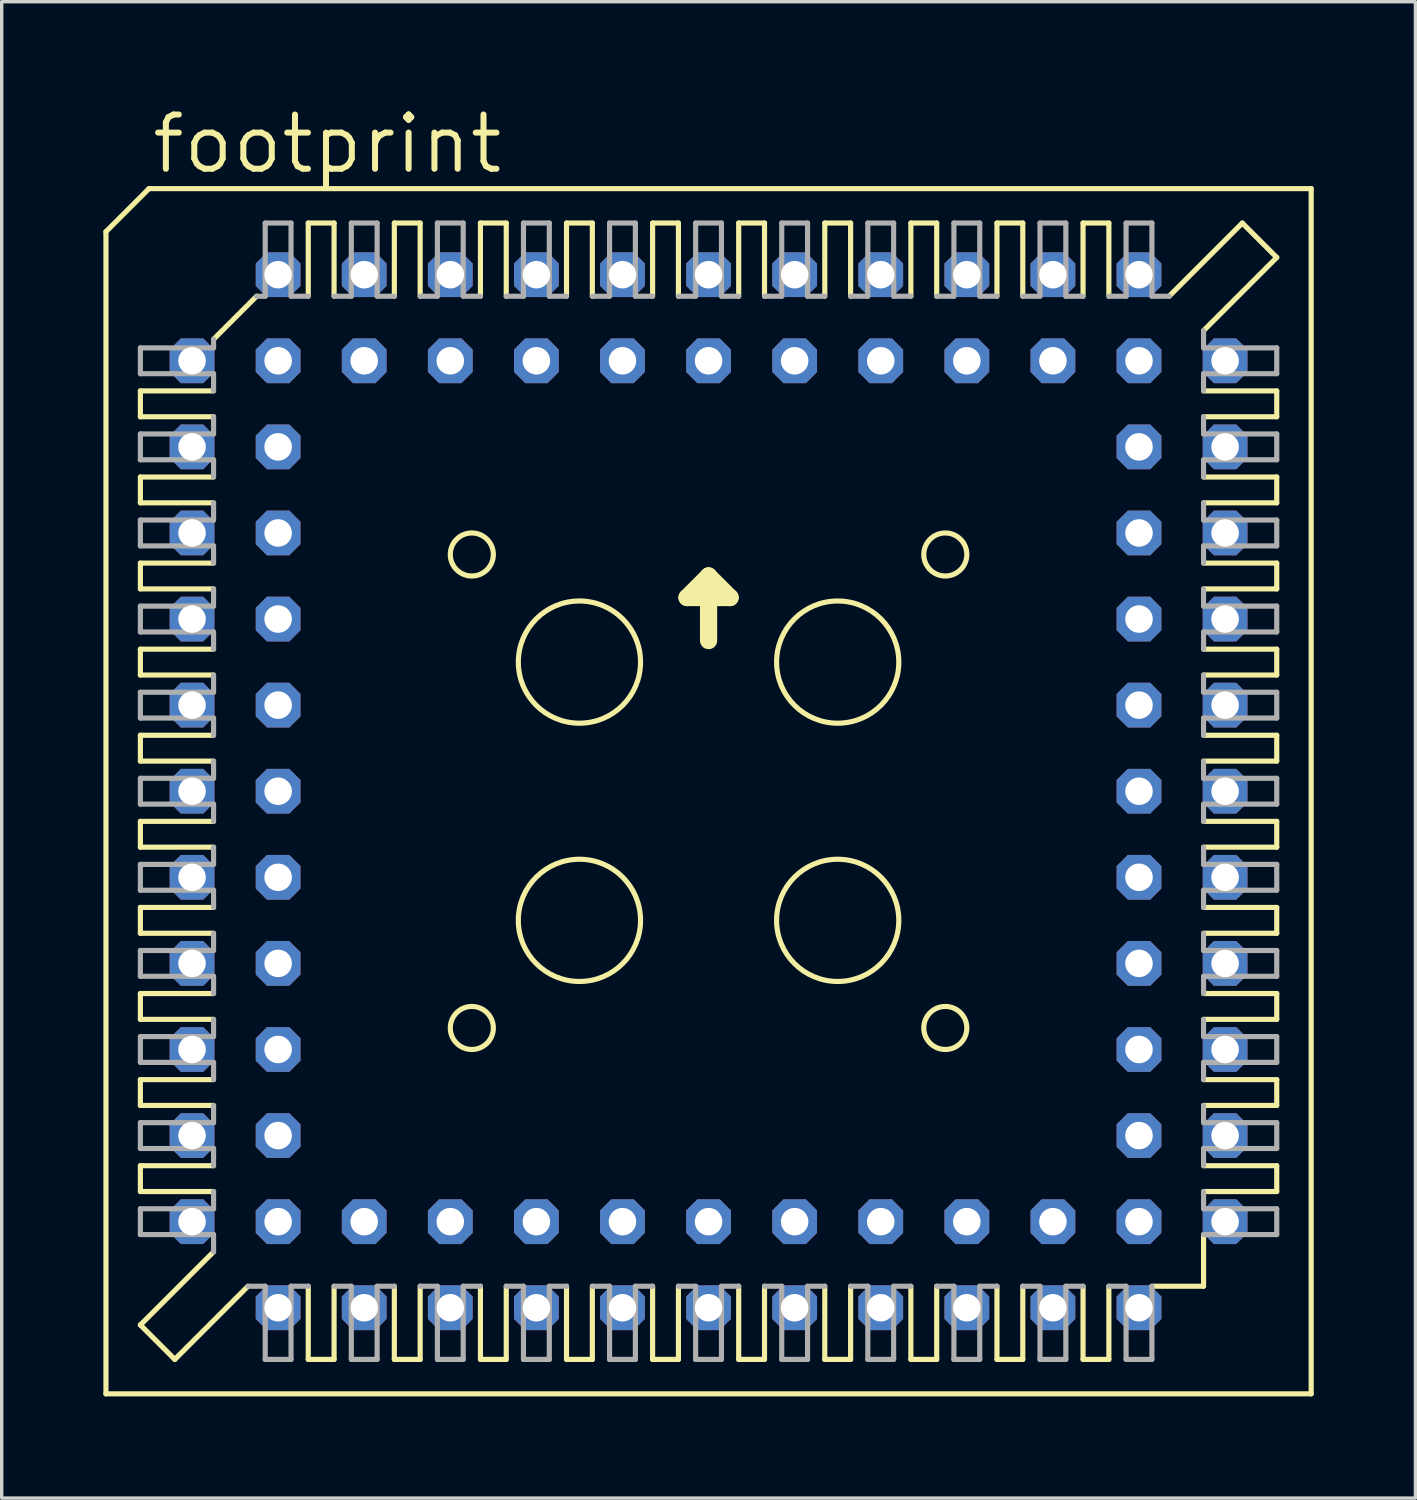
<source format=kicad_pcb>
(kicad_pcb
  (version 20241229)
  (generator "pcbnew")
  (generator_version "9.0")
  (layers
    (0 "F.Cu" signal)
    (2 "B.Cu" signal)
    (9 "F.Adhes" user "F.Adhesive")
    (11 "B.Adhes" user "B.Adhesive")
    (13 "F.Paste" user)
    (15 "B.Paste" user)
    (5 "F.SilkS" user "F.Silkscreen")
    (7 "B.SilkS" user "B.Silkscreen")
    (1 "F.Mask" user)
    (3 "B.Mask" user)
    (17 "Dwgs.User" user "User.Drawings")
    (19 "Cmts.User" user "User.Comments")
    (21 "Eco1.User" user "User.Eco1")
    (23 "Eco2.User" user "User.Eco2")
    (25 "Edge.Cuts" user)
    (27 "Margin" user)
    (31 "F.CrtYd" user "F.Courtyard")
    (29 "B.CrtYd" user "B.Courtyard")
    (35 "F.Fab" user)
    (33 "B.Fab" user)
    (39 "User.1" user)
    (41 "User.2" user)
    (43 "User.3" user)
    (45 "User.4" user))
  (footprint "footprint"
    (layer "F.Cu")
    (at 17.856 20.295)
    (property "Reference" "footprint" (at -16.51 -18.161 0) (layer "F.SilkS") (effects (font (size 1.6 1.6) (thickness 0.178)) (justify left bottom)))
    (fp_line (start -17.78 -16.51) (end -17.78 17.78) (stroke (width 0.152) (type solid)) (layer "F.SilkS"))
    (fp_line (start -16.764 -11.811) (end -16.764 -11.049) (stroke (width 0.152) (type solid)) (layer "F.SilkS"))
    (fp_line (start -16.764 -11.811) (end -14.605 -11.811) (stroke (width 0.152) (type solid)) (layer "F.SilkS"))
    (fp_line (start -16.764 -9.271) (end -16.764 -8.509) (stroke (width 0.152) (type solid)) (layer "F.SilkS"))
    (fp_line (start -16.764 -9.271) (end -14.605 -9.271) (stroke (width 0.152) (type solid)) (layer "F.SilkS"))
    (fp_line (start -16.764 -6.731) (end -16.764 -5.969) (stroke (width 0.152) (type solid)) (layer "F.SilkS"))
    (fp_line (start -16.764 -6.731) (end -14.605 -6.731) (stroke (width 0.152) (type solid)) (layer "F.SilkS"))
    (fp_line (start -16.764 -4.191) (end -16.764 -3.429) (stroke (width 0.152) (type solid)) (layer "F.SilkS"))
    (fp_line (start -16.764 -4.191) (end -14.605 -4.191) (stroke (width 0.152) (type solid)) (layer "F.SilkS"))
    (fp_line (start -16.764 -0.889) (end -16.764 -1.651) (stroke (width 0.152) (type solid)) (layer "F.SilkS"))
    (fp_line (start -16.764 -0.889) (end -14.605 -0.889) (stroke (width 0.152) (type solid)) (layer "F.SilkS"))
    (fp_line (start -16.764 1.651) (end -16.764 0.889) (stroke (width 0.152) (type solid)) (layer "F.SilkS"))
    (fp_line (start -16.764 1.651) (end -14.605 1.651) (stroke (width 0.152) (type solid)) (layer "F.SilkS"))
    (fp_line (start -16.764 4.191) (end -16.764 3.429) (stroke (width 0.152) (type solid)) (layer "F.SilkS"))
    (fp_line (start -16.764 4.191) (end -14.605 4.191) (stroke (width 0.152) (type solid)) (layer "F.SilkS"))
    (fp_line (start -16.764 5.969) (end -16.764 6.731) (stroke (width 0.152) (type solid)) (layer "F.SilkS"))
    (fp_line (start -16.764 5.969) (end -14.605 5.969) (stroke (width 0.152) (type solid)) (layer "F.SilkS"))
    (fp_line (start -16.764 8.509) (end -16.764 9.271) (stroke (width 0.152) (type solid)) (layer "F.SilkS"))
    (fp_line (start -16.764 8.509) (end -14.605 8.509) (stroke (width 0.152) (type solid)) (layer "F.SilkS"))
    (fp_line (start -16.764 11.811) (end -16.764 11.049) (stroke (width 0.152) (type solid)) (layer "F.SilkS"))
    (fp_line (start -16.764 11.811) (end -14.605 11.811) (stroke (width 0.152) (type solid)) (layer "F.SilkS"))
    (fp_line (start -16.764 15.748) (end -14.605 13.589) (stroke (width 0.152) (type solid)) (layer "F.SilkS"))
    (fp_line (start -16.51 -17.78) (end -17.78 -16.51) (stroke (width 0.152) (type solid)) (layer "F.SilkS"))
    (fp_line (start -15.748 16.764) (end -16.764 15.748) (stroke (width 0.152) (type solid)) (layer "F.SilkS"))
    (fp_line (start -15.748 16.764) (end -13.589 14.605) (stroke (width 0.152) (type solid)) (layer "F.SilkS"))
    (fp_line (start -14.605 -13.335) (end -13.335 -14.605) (stroke (width 0.152) (type solid)) (layer "F.SilkS"))
    (fp_line (start -14.605 -11.049) (end -16.764 -11.049) (stroke (width 0.152) (type solid)) (layer "F.SilkS"))
    (fp_line (start -14.605 -8.509) (end -16.764 -8.509) (stroke (width 0.152) (type solid)) (layer "F.SilkS"))
    (fp_line (start -14.605 -5.969) (end -16.764 -5.969) (stroke (width 0.152) (type solid)) (layer "F.SilkS"))
    (fp_line (start -14.605 -3.429) (end -16.764 -3.429) (stroke (width 0.152) (type solid)) (layer "F.SilkS"))
    (fp_line (start -14.605 -1.651) (end -16.764 -1.651) (stroke (width 0.152) (type solid)) (layer "F.SilkS"))
    (fp_line (start -14.605 0.889) (end -16.764 0.889) (stroke (width 0.152) (type solid)) (layer "F.SilkS"))
    (fp_line (start -14.605 3.429) (end -16.764 3.429) (stroke (width 0.152) (type solid)) (layer "F.SilkS"))
    (fp_line (start -14.605 6.731) (end -16.764 6.731) (stroke (width 0.152) (type solid)) (layer "F.SilkS"))
    (fp_line (start -14.605 9.271) (end -16.764 9.271) (stroke (width 0.152) (type solid)) (layer "F.SilkS"))
    (fp_line (start -14.605 11.049) (end -16.764 11.049) (stroke (width 0.152) (type solid)) (layer "F.SilkS"))
    (fp_line (start -11.811 -16.764) (end -11.811 -14.605) (stroke (width 0.152) (type solid)) (layer "F.SilkS"))
    (fp_line (start -11.811 -16.764) (end -11.049 -16.764) (stroke (width 0.152) (type solid)) (layer "F.SilkS"))
    (fp_line (start -11.811 16.764) (end -11.811 14.605) (stroke (width 0.152) (type solid)) (layer "F.SilkS"))
    (fp_line (start -11.811 16.764) (end -11.049 16.764) (stroke (width 0.152) (type solid)) (layer "F.SilkS"))
    (fp_line (start -11.049 -14.605) (end -11.049 -16.764) (stroke (width 0.152) (type solid)) (layer "F.SilkS"))
    (fp_line (start -11.049 14.605) (end -11.049 16.764) (stroke (width 0.152) (type solid)) (layer "F.SilkS"))
    (fp_line (start -9.271 -14.605) (end -9.271 -16.764) (stroke (width 0.152) (type solid)) (layer "F.SilkS"))
    (fp_line (start -9.271 16.764) (end -9.271 14.605) (stroke (width 0.152) (type solid)) (layer "F.SilkS"))
    (fp_line (start -9.271 16.764) (end -8.509 16.764) (stroke (width 0.152) (type solid)) (layer "F.SilkS"))
    (fp_line (start -8.509 -16.764) (end -9.271 -16.764) (stroke (width 0.152) (type solid)) (layer "F.SilkS"))
    (fp_line (start -8.509 -16.764) (end -8.509 -14.605) (stroke (width 0.152) (type solid)) (layer "F.SilkS"))
    (fp_line (start -8.509 14.605) (end -8.509 16.764) (stroke (width 0.152) (type solid)) (layer "F.SilkS"))
    (fp_line (start -6.731 -14.605) (end -6.731 -16.764) (stroke (width 0.152) (type solid)) (layer "F.SilkS"))
    (fp_line (start -6.731 16.764) (end -6.731 14.605) (stroke (width 0.152) (type solid)) (layer "F.SilkS"))
    (fp_line (start -6.731 16.764) (end -5.969 16.764) (stroke (width 0.152) (type solid)) (layer "F.SilkS"))
    (fp_line (start -5.969 -16.764) (end -6.731 -16.764) (stroke (width 0.152) (type solid)) (layer "F.SilkS"))
    (fp_line (start -5.969 -16.764) (end -5.969 -14.605) (stroke (width 0.152) (type solid)) (layer "F.SilkS"))
    (fp_line (start -5.969 14.605) (end -5.969 16.764) (stroke (width 0.152) (type solid)) (layer "F.SilkS"))
    (fp_line (start -4.191 -14.605) (end -4.191 -16.764) (stroke (width 0.152) (type solid)) (layer "F.SilkS"))
    (fp_line (start -4.191 16.764) (end -4.191 14.605) (stroke (width 0.152) (type solid)) (layer "F.SilkS"))
    (fp_line (start -4.191 16.764) (end -3.429 16.764) (stroke (width 0.152) (type solid)) (layer "F.SilkS"))
    (fp_line (start -3.429 -16.764) (end -4.191 -16.764) (stroke (width 0.152) (type solid)) (layer "F.SilkS"))
    (fp_line (start -3.429 -16.764) (end -3.429 -14.605) (stroke (width 0.152) (type solid)) (layer "F.SilkS"))
    (fp_line (start -3.429 14.605) (end -3.429 16.764) (stroke (width 0.152) (type solid)) (layer "F.SilkS"))
    (fp_line (start -1.651 -14.605) (end -1.651 -16.764) (stroke (width 0.152) (type solid)) (layer "F.SilkS"))
    (fp_line (start -1.651 16.764) (end -1.651 14.605) (stroke (width 0.152) (type solid)) (layer "F.SilkS"))
    (fp_line (start -1.651 16.764) (end -0.889 16.764) (stroke (width 0.152) (type solid)) (layer "F.SilkS"))
    (fp_line (start -0.889 -16.764) (end -1.651 -16.764) (stroke (width 0.152) (type solid)) (layer "F.SilkS"))
    (fp_line (start -0.889 -16.764) (end -0.889 -14.605) (stroke (width 0.152) (type solid)) (layer "F.SilkS"))
    (fp_line (start -0.889 14.605) (end -0.889 16.764) (stroke (width 0.152) (type solid)) (layer "F.SilkS"))
    (fp_line (start -0.635 -5.715) (end 0 -6.35) (stroke (width 0.508) (type solid)) (layer "F.SilkS"))
    (fp_line (start 0 -6.35) (end 0 -4.445) (stroke (width 0.508) (type solid)) (layer "F.SilkS"))
    (fp_line (start 0 -6.35) (end 0.635 -5.715) (stroke (width 0.508) (type solid)) (layer "F.SilkS"))
    (fp_line (start 0.635 -5.715) (end -0.635 -5.715) (stroke (width 0.508) (type solid)) (layer "F.SilkS"))
    (fp_line (start 0.889 -14.605) (end 0.889 -16.764) (stroke (width 0.152) (type solid)) (layer "F.SilkS"))
    (fp_line (start 0.889 16.764) (end 0.889 14.605) (stroke (width 0.152) (type solid)) (layer "F.SilkS"))
    (fp_line (start 0.889 16.764) (end 1.651 16.764) (stroke (width 0.152) (type solid)) (layer "F.SilkS"))
    (fp_line (start 1.651 -16.764) (end 0.889 -16.764) (stroke (width 0.152) (type solid)) (layer "F.SilkS"))
    (fp_line (start 1.651 -16.764) (end 1.651 -14.605) (stroke (width 0.152) (type solid)) (layer "F.SilkS"))
    (fp_line (start 1.651 14.605) (end 1.651 16.764) (stroke (width 0.152) (type solid)) (layer "F.SilkS"))
    (fp_line (start 3.429 -14.605) (end 3.429 -16.764) (stroke (width 0.152) (type solid)) (layer "F.SilkS"))
    (fp_line (start 3.429 16.764) (end 3.429 14.605) (stroke (width 0.152) (type solid)) (layer "F.SilkS"))
    (fp_line (start 3.429 16.764) (end 4.191 16.764) (stroke (width 0.152) (type solid)) (layer "F.SilkS"))
    (fp_line (start 4.191 -16.764) (end 3.429 -16.764) (stroke (width 0.152) (type solid)) (layer "F.SilkS"))
    (fp_line (start 4.191 -16.764) (end 4.191 -14.605) (stroke (width 0.152) (type solid)) (layer "F.SilkS"))
    (fp_line (start 4.191 14.605) (end 4.191 16.764) (stroke (width 0.152) (type solid)) (layer "F.SilkS"))
    (fp_line (start 5.969 -14.605) (end 5.969 -16.764) (stroke (width 0.152) (type solid)) (layer "F.SilkS"))
    (fp_line (start 5.969 16.764) (end 5.969 14.605) (stroke (width 0.152) (type solid)) (layer "F.SilkS"))
    (fp_line (start 5.969 16.764) (end 6.731 16.764) (stroke (width 0.152) (type solid)) (layer "F.SilkS"))
    (fp_line (start 6.731 -16.764) (end 5.969 -16.764) (stroke (width 0.152) (type solid)) (layer "F.SilkS"))
    (fp_line (start 6.731 -16.764) (end 6.731 -14.605) (stroke (width 0.152) (type solid)) (layer "F.SilkS"))
    (fp_line (start 6.731 14.605) (end 6.731 16.764) (stroke (width 0.152) (type solid)) (layer "F.SilkS"))
    (fp_line (start 8.509 -14.605) (end 8.509 -16.764) (stroke (width 0.152) (type solid)) (layer "F.SilkS"))
    (fp_line (start 8.509 16.764) (end 8.509 14.605) (stroke (width 0.152) (type solid)) (layer "F.SilkS"))
    (fp_line (start 8.509 16.764) (end 9.271 16.764) (stroke (width 0.152) (type solid)) (layer "F.SilkS"))
    (fp_line (start 9.271 -16.764) (end 8.509 -16.764) (stroke (width 0.152) (type solid)) (layer "F.SilkS"))
    (fp_line (start 9.271 -16.764) (end 9.271 -14.605) (stroke (width 0.152) (type solid)) (layer "F.SilkS"))
    (fp_line (start 9.271 14.605) (end 9.271 16.764) (stroke (width 0.152) (type solid)) (layer "F.SilkS"))
    (fp_line (start 11.049 -14.605) (end 11.049 -16.764) (stroke (width 0.152) (type solid)) (layer "F.SilkS"))
    (fp_line (start 11.049 14.605) (end 11.049 16.764) (stroke (width 0.152) (type solid)) (layer "F.SilkS"))
    (fp_line (start 11.811 -16.764) (end 11.049 -16.764) (stroke (width 0.152) (type solid)) (layer "F.SilkS"))
    (fp_line (start 11.811 -16.764) (end 11.811 -14.605) (stroke (width 0.152) (type solid)) (layer "F.SilkS"))
    (fp_line (start 11.811 16.764) (end 11.049 16.764) (stroke (width 0.152) (type solid)) (layer "F.SilkS"))
    (fp_line (start 11.811 16.764) (end 11.811 14.605) (stroke (width 0.152) (type solid)) (layer "F.SilkS"))
    (fp_line (start 13.081 14.605) (end 14.605 14.605) (stroke (width 0.152) (type solid)) (layer "F.SilkS"))
    (fp_line (start 14.605 -11.049) (end 16.764 -11.049) (stroke (width 0.152) (type solid)) (layer "F.SilkS"))
    (fp_line (start 14.605 -9.271) (end 16.764 -9.271) (stroke (width 0.152) (type solid)) (layer "F.SilkS"))
    (fp_line (start 14.605 -6.731) (end 16.764 -6.731) (stroke (width 0.152) (type solid)) (layer "F.SilkS"))
    (fp_line (start 14.605 -3.429) (end 16.764 -3.429) (stroke (width 0.152) (type solid)) (layer "F.SilkS"))
    (fp_line (start 14.605 -0.889) (end 16.764 -0.889) (stroke (width 0.152) (type solid)) (layer "F.SilkS"))
    (fp_line (start 14.605 1.651) (end 16.764 1.651) (stroke (width 0.152) (type solid)) (layer "F.SilkS"))
    (fp_line (start 14.605 3.429) (end 16.764 3.429) (stroke (width 0.152) (type solid)) (layer "F.SilkS"))
    (fp_line (start 14.605 5.969) (end 16.764 5.969) (stroke (width 0.152) (type solid)) (layer "F.SilkS"))
    (fp_line (start 14.605 8.509) (end 16.764 8.509) (stroke (width 0.152) (type solid)) (layer "F.SilkS"))
    (fp_line (start 14.605 11.049) (end 16.764 11.049) (stroke (width 0.152) (type solid)) (layer "F.SilkS"))
    (fp_line (start 14.605 14.605) (end 14.605 13.081) (stroke (width 0.152) (type solid)) (layer "F.SilkS"))
    (fp_line (start 15.748 -16.764) (end 13.589 -14.605) (stroke (width 0.152) (type solid)) (layer "F.SilkS"))
    (fp_line (start 16.764 -15.748) (end 14.605 -13.589) (stroke (width 0.152) (type solid)) (layer "F.SilkS"))
    (fp_line (start 16.764 -15.748) (end 15.748 -16.764) (stroke (width 0.152) (type solid)) (layer "F.SilkS"))
    (fp_line (start 16.764 -11.811) (end 14.605 -11.811) (stroke (width 0.152) (type solid)) (layer "F.SilkS"))
    (fp_line (start 16.764 -11.811) (end 16.764 -11.049) (stroke (width 0.152) (type solid)) (layer "F.SilkS"))
    (fp_line (start 16.764 -8.509) (end 14.605 -8.509) (stroke (width 0.152) (type solid)) (layer "F.SilkS"))
    (fp_line (start 16.764 -8.509) (end 16.764 -9.271) (stroke (width 0.152) (type solid)) (layer "F.SilkS"))
    (fp_line (start 16.764 -5.969) (end 14.605 -5.969) (stroke (width 0.152) (type solid)) (layer "F.SilkS"))
    (fp_line (start 16.764 -5.969) (end 16.764 -6.731) (stroke (width 0.152) (type solid)) (layer "F.SilkS"))
    (fp_line (start 16.764 -4.191) (end 14.605 -4.191) (stroke (width 0.152) (type solid)) (layer "F.SilkS"))
    (fp_line (start 16.764 -4.191) (end 16.764 -3.429) (stroke (width 0.152) (type solid)) (layer "F.SilkS"))
    (fp_line (start 16.764 -1.651) (end 14.605 -1.651) (stroke (width 0.152) (type solid)) (layer "F.SilkS"))
    (fp_line (start 16.764 -1.651) (end 16.764 -0.889) (stroke (width 0.152) (type solid)) (layer "F.SilkS"))
    (fp_line (start 16.764 0.889) (end 14.605 0.889) (stroke (width 0.152) (type solid)) (layer "F.SilkS"))
    (fp_line (start 16.764 0.889) (end 16.764 1.651) (stroke (width 0.152) (type solid)) (layer "F.SilkS"))
    (fp_line (start 16.764 4.191) (end 14.605 4.191) (stroke (width 0.152) (type solid)) (layer "F.SilkS"))
    (fp_line (start 16.764 4.191) (end 16.764 3.429) (stroke (width 0.152) (type solid)) (layer "F.SilkS"))
    (fp_line (start 16.764 6.731) (end 14.605 6.731) (stroke (width 0.152) (type solid)) (layer "F.SilkS"))
    (fp_line (start 16.764 6.731) (end 16.764 5.969) (stroke (width 0.152) (type solid)) (layer "F.SilkS"))
    (fp_line (start 16.764 9.271) (end 14.605 9.271) (stroke (width 0.152) (type solid)) (layer "F.SilkS"))
    (fp_line (start 16.764 9.271) (end 16.764 8.509) (stroke (width 0.152) (type solid)) (layer "F.SilkS"))
    (fp_line (start 16.764 11.811) (end 14.605 11.811) (stroke (width 0.152) (type solid)) (layer "F.SilkS"))
    (fp_line (start 16.764 11.811) (end 16.764 11.049) (stroke (width 0.152) (type solid)) (layer "F.SilkS"))
    (fp_line (start 17.78 -17.78) (end -16.51 -17.78) (stroke (width 0.152) (type solid)) (layer "F.SilkS"))
    (fp_line (start 17.78 17.78) (end -17.78 17.78) (stroke (width 0.152) (type solid)) (layer "F.SilkS"))
    (fp_line (start 17.78 17.78) (end 17.78 -17.78) (stroke (width 0.152) (type solid)) (layer "F.SilkS"))
    (fp_circle (center -6.985 -6.985) (end -6.35 -6.985) (stroke (width 0.152) (type solid)) (fill no) (layer "F.SilkS"))
    (fp_circle (center -6.985 6.985) (end -6.35 6.985) (stroke (width 0.152) (type solid)) (fill no) (layer "F.SilkS"))
    (fp_circle (center -3.81 -3.81) (end -2.007 -3.81) (stroke (width 0.152) (type solid)) (fill no) (layer "F.SilkS"))
    (fp_circle (center -3.81 3.81) (end -2.007 3.81) (stroke (width 0.152) (type solid)) (fill no) (layer "F.SilkS"))
    (fp_circle (center 3.81 -3.81) (end 5.613 -3.81) (stroke (width 0.152) (type solid)) (fill no) (layer "F.SilkS"))
    (fp_circle (center 3.81 3.81) (end 5.613 3.81) (stroke (width 0.152) (type solid)) (fill no) (layer "F.SilkS"))
    (fp_circle (center 6.985 -6.985) (end 7.62 -6.985) (stroke (width 0.152) (type solid)) (fill no) (layer "F.SilkS"))
    (fp_circle (center 6.985 6.985) (end 7.62 6.985) (stroke (width 0.152) (type solid)) (fill no) (layer "F.SilkS"))
    (fp_line (start -16.764 -13.081) (end -16.764 -12.319) (stroke (width 0.152) (type solid)) (layer "F.Fab"))
    (fp_line (start -16.764 -13.081) (end -14.605 -13.081) (stroke (width 0.152) (type solid)) (layer "F.Fab"))
    (fp_line (start -16.764 -10.541) (end -16.764 -9.779) (stroke (width 0.152) (type solid)) (layer "F.Fab"))
    (fp_line (start -16.764 -10.541) (end -14.605 -10.541) (stroke (width 0.152) (type solid)) (layer "F.Fab"))
    (fp_line (start -16.764 -7.239) (end -16.764 -8.001) (stroke (width 0.152) (type solid)) (layer "F.Fab"))
    (fp_line (start -16.764 -7.239) (end -14.605 -7.239) (stroke (width 0.152) (type solid)) (layer "F.Fab"))
    (fp_line (start -16.764 -5.461) (end -16.764 -4.699) (stroke (width 0.152) (type solid)) (layer "F.Fab"))
    (fp_line (start -16.764 -5.461) (end -14.605 -5.461) (stroke (width 0.152) (type solid)) (layer "F.Fab"))
    (fp_line (start -16.764 -2.921) (end -16.764 -2.159) (stroke (width 0.152) (type solid)) (layer "F.Fab"))
    (fp_line (start -16.764 -2.921) (end -14.605 -2.921) (stroke (width 0.152) (type solid)) (layer "F.Fab"))
    (fp_line (start -16.764 0.381) (end -16.764 -0.381) (stroke (width 0.152) (type solid)) (layer "F.Fab"))
    (fp_line (start -16.764 0.381) (end -14.605 0.381) (stroke (width 0.152) (type solid)) (layer "F.Fab"))
    (fp_line (start -16.764 2.921) (end -16.764 2.159) (stroke (width 0.152) (type solid)) (layer "F.Fab"))
    (fp_line (start -16.764 2.921) (end -14.605 2.921) (stroke (width 0.152) (type solid)) (layer "F.Fab"))
    (fp_line (start -16.764 5.461) (end -16.764 4.699) (stroke (width 0.152) (type solid)) (layer "F.Fab"))
    (fp_line (start -16.764 5.461) (end -14.605 5.461) (stroke (width 0.152) (type solid)) (layer "F.Fab"))
    (fp_line (start -16.764 7.239) (end -16.764 8.001) (stroke (width 0.152) (type solid)) (layer "F.Fab"))
    (fp_line (start -16.764 7.239) (end -14.605 7.239) (stroke (width 0.152) (type solid)) (layer "F.Fab"))
    (fp_line (start -16.764 9.779) (end -16.764 10.541) (stroke (width 0.152) (type solid)) (layer "F.Fab"))
    (fp_line (start -16.764 9.779) (end -14.605 9.779) (stroke (width 0.152) (type solid)) (layer "F.Fab"))
    (fp_line (start -16.764 13.081) (end -16.764 12.319) (stroke (width 0.152) (type solid)) (layer "F.Fab"))
    (fp_line (start -16.764 13.081) (end -14.605 13.081) (stroke (width 0.152) (type solid)) (layer "F.Fab"))
    (fp_line (start -14.605 -13.081) (end -14.605 -13.335) (stroke (width 0.152) (type solid)) (layer "F.Fab"))
    (fp_line (start -14.605 -12.319) (end -16.764 -12.319) (stroke (width 0.152) (type solid)) (layer "F.Fab"))
    (fp_line (start -14.605 -12.319) (end -14.605 -11.811) (stroke (width 0.152) (type solid)) (layer "F.Fab"))
    (fp_line (start -14.605 -11.049) (end -14.605 -10.541) (stroke (width 0.152) (type solid)) (layer "F.Fab"))
    (fp_line (start -14.605 -9.779) (end -16.764 -9.779) (stroke (width 0.152) (type solid)) (layer "F.Fab"))
    (fp_line (start -14.605 -9.779) (end -14.605 -9.271) (stroke (width 0.152) (type solid)) (layer "F.Fab"))
    (fp_line (start -14.605 -8.001) (end -16.764 -8.001) (stroke (width 0.152) (type solid)) (layer "F.Fab"))
    (fp_line (start -14.605 -8.001) (end -14.605 -8.509) (stroke (width 0.152) (type solid)) (layer "F.Fab"))
    (fp_line (start -14.605 -6.731) (end -14.605 -7.239) (stroke (width 0.152) (type solid)) (layer "F.Fab"))
    (fp_line (start -14.605 -5.969) (end -14.605 -5.461) (stroke (width 0.152) (type solid)) (layer "F.Fab"))
    (fp_line (start -14.605 -4.699) (end -16.764 -4.699) (stroke (width 0.152) (type solid)) (layer "F.Fab"))
    (fp_line (start -14.605 -4.699) (end -14.605 -4.191) (stroke (width 0.152) (type solid)) (layer "F.Fab"))
    (fp_line (start -14.605 -3.429) (end -14.605 -2.921) (stroke (width 0.152) (type solid)) (layer "F.Fab"))
    (fp_line (start -14.605 -2.159) (end -16.764 -2.159) (stroke (width 0.152) (type solid)) (layer "F.Fab"))
    (fp_line (start -14.605 -2.159) (end -14.605 -1.651) (stroke (width 0.152) (type solid)) (layer "F.Fab"))
    (fp_line (start -14.605 -0.381) (end -16.764 -0.381) (stroke (width 0.152) (type solid)) (layer "F.Fab"))
    (fp_line (start -14.605 -0.381) (end -14.605 -0.889) (stroke (width 0.152) (type solid)) (layer "F.Fab"))
    (fp_line (start -14.605 0.889) (end -14.605 0.381) (stroke (width 0.152) (type solid)) (layer "F.Fab"))
    (fp_line (start -14.605 2.159) (end -16.764 2.159) (stroke (width 0.152) (type solid)) (layer "F.Fab"))
    (fp_line (start -14.605 2.159) (end -14.605 1.651) (stroke (width 0.152) (type solid)) (layer "F.Fab"))
    (fp_line (start -14.605 3.429) (end -14.605 2.921) (stroke (width 0.152) (type solid)) (layer "F.Fab"))
    (fp_line (start -14.605 4.699) (end -16.764 4.699) (stroke (width 0.152) (type solid)) (layer "F.Fab"))
    (fp_line (start -14.605 4.699) (end -14.605 4.191) (stroke (width 0.152) (type solid)) (layer "F.Fab"))
    (fp_line (start -14.605 5.461) (end -14.605 5.969) (stroke (width 0.152) (type solid)) (layer "F.Fab"))
    (fp_line (start -14.605 6.731) (end -14.605 7.239) (stroke (width 0.152) (type solid)) (layer "F.Fab"))
    (fp_line (start -14.605 8.001) (end -16.764 8.001) (stroke (width 0.152) (type solid)) (layer "F.Fab"))
    (fp_line (start -14.605 8.001) (end -14.605 8.509) (stroke (width 0.152) (type solid)) (layer "F.Fab"))
    (fp_line (start -14.605 9.271) (end -14.605 9.779) (stroke (width 0.152) (type solid)) (layer "F.Fab"))
    (fp_line (start -14.605 10.541) (end -16.764 10.541) (stroke (width 0.152) (type solid)) (layer "F.Fab"))
    (fp_line (start -14.605 11.049) (end -14.605 10.541) (stroke (width 0.152) (type solid)) (layer "F.Fab"))
    (fp_line (start -14.605 12.319) (end -16.764 12.319) (stroke (width 0.152) (type solid)) (layer "F.Fab"))
    (fp_line (start -14.605 12.319) (end -14.605 11.811) (stroke (width 0.152) (type solid)) (layer "F.Fab"))
    (fp_line (start -14.605 13.589) (end -14.605 13.081) (stroke (width 0.152) (type solid)) (layer "F.Fab"))
    (fp_line (start -13.589 14.605) (end -13.081 14.605) (stroke (width 0.152) (type solid)) (layer "F.Fab"))
    (fp_line (start -13.335 -14.605) (end -13.081 -14.605) (stroke (width 0.152) (type solid)) (layer "F.Fab"))
    (fp_line (start -13.081 -14.605) (end -13.081 -16.764) (stroke (width 0.152) (type solid)) (layer "F.Fab"))
    (fp_line (start -13.081 16.764) (end -13.081 14.605) (stroke (width 0.152) (type solid)) (layer "F.Fab"))
    (fp_line (start -13.081 16.764) (end -12.319 16.764) (stroke (width 0.152) (type solid)) (layer "F.Fab"))
    (fp_line (start -12.319 -16.764) (end -13.081 -16.764) (stroke (width 0.152) (type solid)) (layer "F.Fab"))
    (fp_line (start -12.319 -16.764) (end -12.319 -14.605) (stroke (width 0.152) (type solid)) (layer "F.Fab"))
    (fp_line (start -12.319 -14.605) (end -11.811 -14.605) (stroke (width 0.152) (type solid)) (layer "F.Fab"))
    (fp_line (start -12.319 14.605) (end -12.319 16.764) (stroke (width 0.152) (type solid)) (layer "F.Fab"))
    (fp_line (start -12.319 14.605) (end -11.811 14.605) (stroke (width 0.152) (type solid)) (layer "F.Fab"))
    (fp_line (start -11.049 -14.605) (end -10.541 -14.605) (stroke (width 0.152) (type solid)) (layer "F.Fab"))
    (fp_line (start -11.049 14.605) (end -10.541 14.605) (stroke (width 0.152) (type solid)) (layer "F.Fab"))
    (fp_line (start -10.541 -14.605) (end -10.541 -16.764) (stroke (width 0.152) (type solid)) (layer "F.Fab"))
    (fp_line (start -10.541 16.764) (end -10.541 14.605) (stroke (width 0.152) (type solid)) (layer "F.Fab"))
    (fp_line (start -10.541 16.764) (end -9.779 16.764) (stroke (width 0.152) (type solid)) (layer "F.Fab"))
    (fp_line (start -9.779 -16.764) (end -10.541 -16.764) (stroke (width 0.152) (type solid)) (layer "F.Fab"))
    (fp_line (start -9.779 -16.764) (end -9.779 -14.605) (stroke (width 0.152) (type solid)) (layer "F.Fab"))
    (fp_line (start -9.779 14.605) (end -9.779 16.764) (stroke (width 0.152) (type solid)) (layer "F.Fab"))
    (fp_line (start -9.779 14.605) (end -9.271 14.605) (stroke (width 0.152) (type solid)) (layer "F.Fab"))
    (fp_line (start -9.271 -14.605) (end -9.779 -14.605) (stroke (width 0.152) (type solid)) (layer "F.Fab"))
    (fp_line (start -8.001 -14.605) (end -8.509 -14.605) (stroke (width 0.152) (type solid)) (layer "F.Fab"))
    (fp_line (start -8.001 -14.605) (end -8.001 -16.764) (stroke (width 0.152) (type solid)) (layer "F.Fab"))
    (fp_line (start -8.001 14.605) (end -8.509 14.605) (stroke (width 0.152) (type solid)) (layer "F.Fab"))
    (fp_line (start -8.001 14.605) (end -8.001 16.764) (stroke (width 0.152) (type solid)) (layer "F.Fab"))
    (fp_line (start -7.239 -16.764) (end -8.001 -16.764) (stroke (width 0.152) (type solid)) (layer "F.Fab"))
    (fp_line (start -7.239 -16.764) (end -7.239 -14.605) (stroke (width 0.152) (type solid)) (layer "F.Fab"))
    (fp_line (start -7.239 16.764) (end -8.001 16.764) (stroke (width 0.152) (type solid)) (layer "F.Fab"))
    (fp_line (start -7.239 16.764) (end -7.239 14.605) (stroke (width 0.152) (type solid)) (layer "F.Fab"))
    (fp_line (start -6.731 -14.605) (end -7.239 -14.605) (stroke (width 0.152) (type solid)) (layer "F.Fab"))
    (fp_line (start -6.731 14.605) (end -7.239 14.605) (stroke (width 0.152) (type solid)) (layer "F.Fab"))
    (fp_line (start -5.969 14.605) (end -5.461 14.605) (stroke (width 0.152) (type solid)) (layer "F.Fab"))
    (fp_line (start -5.461 -14.605) (end -5.969 -14.605) (stroke (width 0.152) (type solid)) (layer "F.Fab"))
    (fp_line (start -5.461 -14.605) (end -5.461 -16.764) (stroke (width 0.152) (type solid)) (layer "F.Fab"))
    (fp_line (start -5.461 16.764) (end -5.461 14.605) (stroke (width 0.152) (type solid)) (layer "F.Fab"))
    (fp_line (start -5.461 16.764) (end -4.699 16.764) (stroke (width 0.152) (type solid)) (layer "F.Fab"))
    (fp_line (start -4.699 -16.764) (end -5.461 -16.764) (stroke (width 0.152) (type solid)) (layer "F.Fab"))
    (fp_line (start -4.699 -16.764) (end -4.699 -14.605) (stroke (width 0.152) (type solid)) (layer "F.Fab"))
    (fp_line (start -4.699 14.605) (end -4.699 16.764) (stroke (width 0.152) (type solid)) (layer "F.Fab"))
    (fp_line (start -4.699 14.605) (end -4.191 14.605) (stroke (width 0.152) (type solid)) (layer "F.Fab"))
    (fp_line (start -4.191 -14.605) (end -4.699 -14.605) (stroke (width 0.152) (type solid)) (layer "F.Fab"))
    (fp_line (start -3.429 14.605) (end -2.921 14.605) (stroke (width 0.152) (type solid)) (layer "F.Fab"))
    (fp_line (start -2.921 -14.605) (end -3.429 -14.605) (stroke (width 0.152) (type solid)) (layer "F.Fab"))
    (fp_line (start -2.921 -14.605) (end -2.921 -16.764) (stroke (width 0.152) (type solid)) (layer "F.Fab"))
    (fp_line (start -2.921 16.764) (end -2.921 14.605) (stroke (width 0.152) (type solid)) (layer "F.Fab"))
    (fp_line (start -2.921 16.764) (end -2.159 16.764) (stroke (width 0.152) (type solid)) (layer "F.Fab"))
    (fp_line (start -2.159 -16.764) (end -2.921 -16.764) (stroke (width 0.152) (type solid)) (layer "F.Fab"))
    (fp_line (start -2.159 -16.764) (end -2.159 -14.605) (stroke (width 0.152) (type solid)) (layer "F.Fab"))
    (fp_line (start -2.159 14.605) (end -2.159 16.764) (stroke (width 0.152) (type solid)) (layer "F.Fab"))
    (fp_line (start -2.159 14.605) (end -1.651 14.605) (stroke (width 0.152) (type solid)) (layer "F.Fab"))
    (fp_line (start -1.651 -14.605) (end -2.159 -14.605) (stroke (width 0.152) (type solid)) (layer "F.Fab"))
    (fp_line (start -0.889 14.605) (end -0.381 14.605) (stroke (width 0.152) (type solid)) (layer "F.Fab"))
    (fp_line (start -0.381 -14.605) (end -0.889 -14.605) (stroke (width 0.152) (type solid)) (layer "F.Fab"))
    (fp_line (start -0.381 -14.605) (end -0.381 -16.764) (stroke (width 0.152) (type solid)) (layer "F.Fab"))
    (fp_line (start -0.381 16.764) (end -0.381 14.605) (stroke (width 0.152) (type solid)) (layer "F.Fab"))
    (fp_line (start -0.381 16.764) (end 0.381 16.764) (stroke (width 0.152) (type solid)) (layer "F.Fab"))
    (fp_line (start 0.381 -16.764) (end -0.381 -16.764) (stroke (width 0.152) (type solid)) (layer "F.Fab"))
    (fp_line (start 0.381 -16.764) (end 0.381 -14.605) (stroke (width 0.152) (type solid)) (layer "F.Fab"))
    (fp_line (start 0.381 14.605) (end 0.381 16.764) (stroke (width 0.152) (type solid)) (layer "F.Fab"))
    (fp_line (start 0.381 14.605) (end 0.889 14.605) (stroke (width 0.152) (type solid)) (layer "F.Fab"))
    (fp_line (start 0.889 -14.605) (end 0.381 -14.605) (stroke (width 0.152) (type solid)) (layer "F.Fab"))
    (fp_line (start 1.651 14.605) (end 2.159 14.605) (stroke (width 0.152) (type solid)) (layer "F.Fab"))
    (fp_line (start 2.159 -14.605) (end 1.651 -14.605) (stroke (width 0.152) (type solid)) (layer "F.Fab"))
    (fp_line (start 2.159 -14.605) (end 2.159 -16.764) (stroke (width 0.152) (type solid)) (layer "F.Fab"))
    (fp_line (start 2.159 16.764) (end 2.159 14.605) (stroke (width 0.152) (type solid)) (layer "F.Fab"))
    (fp_line (start 2.159 16.764) (end 2.921 16.764) (stroke (width 0.152) (type solid)) (layer "F.Fab"))
    (fp_line (start 2.921 -16.764) (end 2.159 -16.764) (stroke (width 0.152) (type solid)) (layer "F.Fab"))
    (fp_line (start 2.921 -16.764) (end 2.921 -14.605) (stroke (width 0.152) (type solid)) (layer "F.Fab"))
    (fp_line (start 2.921 14.605) (end 2.921 16.764) (stroke (width 0.152) (type solid)) (layer "F.Fab"))
    (fp_line (start 2.921 14.605) (end 3.429 14.605) (stroke (width 0.152) (type solid)) (layer "F.Fab"))
    (fp_line (start 3.429 -14.605) (end 2.921 -14.605) (stroke (width 0.152) (type solid)) (layer "F.Fab"))
    (fp_line (start 4.191 14.605) (end 4.699 14.605) (stroke (width 0.152) (type solid)) (layer "F.Fab"))
    (fp_line (start 4.699 -14.605) (end 4.191 -14.605) (stroke (width 0.152) (type solid)) (layer "F.Fab"))
    (fp_line (start 4.699 -14.605) (end 4.699 -16.764) (stroke (width 0.152) (type solid)) (layer "F.Fab"))
    (fp_line (start 4.699 16.764) (end 4.699 14.605) (stroke (width 0.152) (type solid)) (layer "F.Fab"))
    (fp_line (start 4.699 16.764) (end 5.461 16.764) (stroke (width 0.152) (type solid)) (layer "F.Fab"))
    (fp_line (start 5.461 -16.764) (end 4.699 -16.764) (stroke (width 0.152) (type solid)) (layer "F.Fab"))
    (fp_line (start 5.461 -16.764) (end 5.461 -14.605) (stroke (width 0.152) (type solid)) (layer "F.Fab"))
    (fp_line (start 5.461 14.605) (end 5.461 16.764) (stroke (width 0.152) (type solid)) (layer "F.Fab"))
    (fp_line (start 5.461 14.605) (end 5.969 14.605) (stroke (width 0.152) (type solid)) (layer "F.Fab"))
    (fp_line (start 5.969 -14.605) (end 5.461 -14.605) (stroke (width 0.152) (type solid)) (layer "F.Fab"))
    (fp_line (start 6.731 -14.605) (end 7.239 -14.605) (stroke (width 0.152) (type solid)) (layer "F.Fab"))
    (fp_line (start 6.731 14.605) (end 7.239 14.605) (stroke (width 0.152) (type solid)) (layer "F.Fab"))
    (fp_line (start 7.239 -16.764) (end 7.239 -14.605) (stroke (width 0.152) (type solid)) (layer "F.Fab"))
    (fp_line (start 7.239 -16.764) (end 8.001 -16.764) (stroke (width 0.152) (type solid)) (layer "F.Fab"))
    (fp_line (start 7.239 16.764) (end 7.239 14.605) (stroke (width 0.152) (type solid)) (layer "F.Fab"))
    (fp_line (start 7.239 16.764) (end 8.001 16.764) (stroke (width 0.152) (type solid)) (layer "F.Fab"))
    (fp_line (start 8.001 -14.605) (end 8.001 -16.764) (stroke (width 0.152) (type solid)) (layer "F.Fab"))
    (fp_line (start 8.001 -14.605) (end 8.509 -14.605) (stroke (width 0.152) (type solid)) (layer "F.Fab"))
    (fp_line (start 8.001 14.605) (end 8.001 16.764) (stroke (width 0.152) (type solid)) (layer "F.Fab"))
    (fp_line (start 8.001 14.605) (end 8.509 14.605) (stroke (width 0.152) (type solid)) (layer "F.Fab"))
    (fp_line (start 9.271 14.605) (end 9.779 14.605) (stroke (width 0.152) (type solid)) (layer "F.Fab"))
    (fp_line (start 9.779 -14.605) (end 9.271 -14.605) (stroke (width 0.152) (type solid)) (layer "F.Fab"))
    (fp_line (start 9.779 -14.605) (end 9.779 -16.764) (stroke (width 0.152) (type solid)) (layer "F.Fab"))
    (fp_line (start 9.779 16.764) (end 9.779 14.605) (stroke (width 0.152) (type solid)) (layer "F.Fab"))
    (fp_line (start 9.779 16.764) (end 10.541 16.764) (stroke (width 0.152) (type solid)) (layer "F.Fab"))
    (fp_line (start 10.541 -16.764) (end 9.779 -16.764) (stroke (width 0.152) (type solid)) (layer "F.Fab"))
    (fp_line (start 10.541 -16.764) (end 10.541 -14.605) (stroke (width 0.152) (type solid)) (layer "F.Fab"))
    (fp_line (start 10.541 14.605) (end 10.541 16.764) (stroke (width 0.152) (type solid)) (layer "F.Fab"))
    (fp_line (start 11.049 -14.605) (end 10.541 -14.605) (stroke (width 0.152) (type solid)) (layer "F.Fab"))
    (fp_line (start 11.049 14.605) (end 10.541 14.605) (stroke (width 0.152) (type solid)) (layer "F.Fab"))
    (fp_line (start 12.319 -14.605) (end 11.811 -14.605) (stroke (width 0.152) (type solid)) (layer "F.Fab"))
    (fp_line (start 12.319 -14.605) (end 12.319 -16.764) (stroke (width 0.152) (type solid)) (layer "F.Fab"))
    (fp_line (start 12.319 14.605) (end 11.811 14.605) (stroke (width 0.152) (type solid)) (layer "F.Fab"))
    (fp_line (start 12.319 16.764) (end 12.319 14.605) (stroke (width 0.152) (type solid)) (layer "F.Fab"))
    (fp_line (start 12.319 16.764) (end 13.081 16.764) (stroke (width 0.152) (type solid)) (layer "F.Fab"))
    (fp_line (start 13.081 -16.764) (end 12.319 -16.764) (stroke (width 0.152) (type solid)) (layer "F.Fab"))
    (fp_line (start 13.081 -16.764) (end 13.081 -14.605) (stroke (width 0.152) (type solid)) (layer "F.Fab"))
    (fp_line (start 13.081 14.605) (end 13.081 16.764) (stroke (width 0.152) (type solid)) (layer "F.Fab"))
    (fp_line (start 13.589 -14.605) (end 13.081 -14.605) (stroke (width 0.152) (type solid)) (layer "F.Fab"))
    (fp_line (start 14.605 -13.589) (end 14.605 -13.081) (stroke (width 0.152) (type solid)) (layer "F.Fab"))
    (fp_line (start 14.605 -12.319) (end 14.605 -11.811) (stroke (width 0.152) (type solid)) (layer "F.Fab"))
    (fp_line (start 14.605 -12.319) (end 16.764 -12.319) (stroke (width 0.152) (type solid)) (layer "F.Fab"))
    (fp_line (start 14.605 -11.049) (end 14.605 -10.541) (stroke (width 0.152) (type solid)) (layer "F.Fab"))
    (fp_line (start 14.605 -10.541) (end 16.764 -10.541) (stroke (width 0.152) (type solid)) (layer "F.Fab"))
    (fp_line (start 14.605 -9.271) (end 14.605 -9.779) (stroke (width 0.152) (type solid)) (layer "F.Fab"))
    (fp_line (start 14.605 -8.001) (end 14.605 -8.509) (stroke (width 0.152) (type solid)) (layer "F.Fab"))
    (fp_line (start 14.605 -8.001) (end 16.764 -8.001) (stroke (width 0.152) (type solid)) (layer "F.Fab"))
    (fp_line (start 14.605 -6.731) (end 14.605 -7.239) (stroke (width 0.152) (type solid)) (layer "F.Fab"))
    (fp_line (start 14.605 -5.461) (end 14.605 -5.969) (stroke (width 0.152) (type solid)) (layer "F.Fab"))
    (fp_line (start 14.605 -4.699) (end 14.605 -4.191) (stroke (width 0.152) (type solid)) (layer "F.Fab"))
    (fp_line (start 14.605 -4.699) (end 16.764 -4.699) (stroke (width 0.152) (type solid)) (layer "F.Fab"))
    (fp_line (start 14.605 -3.429) (end 14.605 -2.921) (stroke (width 0.152) (type solid)) (layer "F.Fab"))
    (fp_line (start 14.605 -2.159) (end 14.605 -1.651) (stroke (width 0.152) (type solid)) (layer "F.Fab"))
    (fp_line (start 14.605 -2.159) (end 16.764 -2.159) (stroke (width 0.152) (type solid)) (layer "F.Fab"))
    (fp_line (start 14.605 -0.889) (end 14.605 -0.381) (stroke (width 0.152) (type solid)) (layer "F.Fab"))
    (fp_line (start 14.605 0.381) (end 14.605 0.889) (stroke (width 0.152) (type solid)) (layer "F.Fab"))
    (fp_line (start 14.605 0.381) (end 16.764 0.381) (stroke (width 0.152) (type solid)) (layer "F.Fab"))
    (fp_line (start 14.605 1.651) (end 14.605 2.159) (stroke (width 0.152) (type solid)) (layer "F.Fab"))
    (fp_line (start 14.605 2.159) (end 16.764 2.159) (stroke (width 0.152) (type solid)) (layer "F.Fab"))
    (fp_line (start 14.605 3.429) (end 14.605 2.921) (stroke (width 0.152) (type solid)) (layer "F.Fab"))
    (fp_line (start 14.605 4.699) (end 14.605 4.191) (stroke (width 0.152) (type solid)) (layer "F.Fab"))
    (fp_line (start 14.605 4.699) (end 16.764 4.699) (stroke (width 0.152) (type solid)) (layer "F.Fab"))
    (fp_line (start 14.605 5.969) (end 14.605 5.461) (stroke (width 0.152) (type solid)) (layer "F.Fab"))
    (fp_line (start 14.605 6.731) (end 14.605 7.239) (stroke (width 0.152) (type solid)) (layer "F.Fab"))
    (fp_line (start 14.605 8.001) (end 14.605 8.509) (stroke (width 0.152) (type solid)) (layer "F.Fab"))
    (fp_line (start 14.605 8.001) (end 16.764 8.001) (stroke (width 0.152) (type solid)) (layer "F.Fab"))
    (fp_line (start 14.605 9.779) (end 14.605 9.271) (stroke (width 0.152) (type solid)) (layer "F.Fab"))
    (fp_line (start 14.605 9.779) (end 16.764 9.779) (stroke (width 0.152) (type solid)) (layer "F.Fab"))
    (fp_line (start 14.605 11.049) (end 14.605 10.541) (stroke (width 0.152) (type solid)) (layer "F.Fab"))
    (fp_line (start 14.605 12.319) (end 14.605 11.811) (stroke (width 0.152) (type solid)) (layer "F.Fab"))
    (fp_line (start 14.605 12.319) (end 16.764 12.319) (stroke (width 0.152) (type solid)) (layer "F.Fab"))
    (fp_line (start 16.764 -13.081) (end 14.605 -13.081) (stroke (width 0.152) (type solid)) (layer "F.Fab"))
    (fp_line (start 16.764 -13.081) (end 16.764 -12.319) (stroke (width 0.152) (type solid)) (layer "F.Fab"))
    (fp_line (start 16.764 -9.779) (end 14.605 -9.779) (stroke (width 0.152) (type solid)) (layer "F.Fab"))
    (fp_line (start 16.764 -9.779) (end 16.764 -10.541) (stroke (width 0.152) (type solid)) (layer "F.Fab"))
    (fp_line (start 16.764 -7.239) (end 14.605 -7.239) (stroke (width 0.152) (type solid)) (layer "F.Fab"))
    (fp_line (start 16.764 -7.239) (end 16.764 -8.001) (stroke (width 0.152) (type solid)) (layer "F.Fab"))
    (fp_line (start 16.764 -5.461) (end 14.605 -5.461) (stroke (width 0.152) (type solid)) (layer "F.Fab"))
    (fp_line (start 16.764 -5.461) (end 16.764 -4.699) (stroke (width 0.152) (type solid)) (layer "F.Fab"))
    (fp_line (start 16.764 -2.921) (end 14.605 -2.921) (stroke (width 0.152) (type solid)) (layer "F.Fab"))
    (fp_line (start 16.764 -2.921) (end 16.764 -2.159) (stroke (width 0.152) (type solid)) (layer "F.Fab"))
    (fp_line (start 16.764 -0.381) (end 14.605 -0.381) (stroke (width 0.152) (type solid)) (layer "F.Fab"))
    (fp_line (start 16.764 -0.381) (end 16.764 0.381) (stroke (width 0.152) (type solid)) (layer "F.Fab"))
    (fp_line (start 16.764 2.921) (end 14.605 2.921) (stroke (width 0.152) (type solid)) (layer "F.Fab"))
    (fp_line (start 16.764 2.921) (end 16.764 2.159) (stroke (width 0.152) (type solid)) (layer "F.Fab"))
    (fp_line (start 16.764 5.461) (end 14.605 5.461) (stroke (width 0.152) (type solid)) (layer "F.Fab"))
    (fp_line (start 16.764 5.461) (end 16.764 4.699) (stroke (width 0.152) (type solid)) (layer "F.Fab"))
    (fp_line (start 16.764 7.239) (end 14.605 7.239) (stroke (width 0.152) (type solid)) (layer "F.Fab"))
    (fp_line (start 16.764 7.239) (end 16.764 8.001) (stroke (width 0.152) (type solid)) (layer "F.Fab"))
    (fp_line (start 16.764 10.541) (end 14.605 10.541) (stroke (width 0.152) (type solid)) (layer "F.Fab"))
    (fp_line (start 16.764 10.541) (end 16.764 9.779) (stroke (width 0.152) (type solid)) (layer "F.Fab"))
    (fp_line (start 16.764 13.081) (end 14.605 13.081) (stroke (width 0.152) (type solid)) (layer "F.Fab"))
    (fp_line (start 16.764 13.081) (end 16.764 12.319) (stroke (width 0.152) (type solid)) (layer "F.Fab"))
    (pad "1" thru_hole roundrect (at 0 -15.24) (size 1.321 1.321) (drill 0.813) (layers "*.Cu" "*.Mask") (roundrect_rratio 0.25) (chamfer_ratio 0.25) (chamfer top_left top_right bottom_left bottom_right))
    (pad "2" thru_hole roundrect (at 0 -12.7) (size 1.321 1.321) (drill 0.813) (layers "*.Cu" "*.Mask") (roundrect_rratio 0.25) (chamfer_ratio 0.25) (chamfer top_left top_right bottom_left bottom_right))
    (pad "3" thru_hole roundrect (at -2.54 -15.24) (size 1.321 1.321) (drill 0.813) (layers "*.Cu" "*.Mask") (roundrect_rratio 0.25) (chamfer_ratio 0.25) (chamfer top_left top_right bottom_left bottom_right))
    (pad "4" thru_hole roundrect (at -2.54 -12.7) (size 1.321 1.321) (drill 0.813) (layers "*.Cu" "*.Mask") (roundrect_rratio 0.25) (chamfer_ratio 0.25) (chamfer top_left top_right bottom_left bottom_right))
    (pad "5" thru_hole roundrect (at -5.08 -15.24) (size 1.321 1.321) (drill 0.813) (layers "*.Cu" "*.Mask") (roundrect_rratio 0.25) (chamfer_ratio 0.25) (chamfer top_left top_right bottom_left bottom_right))
    (pad "6" thru_hole roundrect (at -5.08 -12.7) (size 1.321 1.321) (drill 0.813) (layers "*.Cu" "*.Mask") (roundrect_rratio 0.25) (chamfer_ratio 0.25) (chamfer top_left top_right bottom_left bottom_right))
    (pad "7" thru_hole roundrect (at -7.62 -15.24) (size 1.321 1.321) (drill 0.813) (layers "*.Cu" "*.Mask") (roundrect_rratio 0.25) (chamfer_ratio 0.25) (chamfer top_left top_right bottom_left bottom_right))
    (pad "8" thru_hole roundrect (at -7.62 -12.7) (size 1.321 1.321) (drill 0.813) (layers "*.Cu" "*.Mask") (roundrect_rratio 0.25) (chamfer_ratio 0.25) (chamfer top_left top_right bottom_left bottom_right))
    (pad "9" thru_hole roundrect (at -10.16 -15.24) (size 1.321 1.321) (drill 0.813) (layers "*.Cu" "*.Mask") (roundrect_rratio 0.25) (chamfer_ratio 0.25) (chamfer top_left top_right bottom_left bottom_right))
    (pad "10" thru_hole roundrect (at -10.16 -12.7) (size 1.321 1.321) (drill 0.813) (layers "*.Cu" "*.Mask") (roundrect_rratio 0.25) (chamfer_ratio 0.25) (chamfer top_left top_right bottom_left bottom_right))
    (pad "11" thru_hole roundrect (at -12.7 -15.24) (size 1.321 1.321) (drill 0.813) (layers "*.Cu" "*.Mask") (roundrect_rratio 0.25) (chamfer_ratio 0.25) (chamfer top_left top_right bottom_left bottom_right))
    (pad "12" thru_hole roundrect (at -15.24 -12.7) (size 1.321 1.321) (drill 0.813) (layers "*.Cu" "*.Mask") (roundrect_rratio 0.25) (chamfer_ratio 0.25) (chamfer top_left top_right bottom_left bottom_right))
    (pad "13" thru_hole roundrect (at -12.7 -12.7) (size 1.321 1.321) (drill 0.813) (layers "*.Cu" "*.Mask") (roundrect_rratio 0.25) (chamfer_ratio 0.25) (chamfer top_left top_right bottom_left bottom_right))
    (pad "14" thru_hole roundrect (at -15.24 -10.16) (size 1.321 1.321) (drill 0.813) (layers "*.Cu" "*.Mask") (roundrect_rratio 0.25) (chamfer_ratio 0.25) (chamfer top_left top_right bottom_left bottom_right))
    (pad "15" thru_hole roundrect (at -12.7 -10.16) (size 1.321 1.321) (drill 0.813) (layers "*.Cu" "*.Mask") (roundrect_rratio 0.25) (chamfer_ratio 0.25) (chamfer top_left top_right bottom_left bottom_right))
    (pad "16" thru_hole roundrect (at -15.24 -7.62) (size 1.321 1.321) (drill 0.813) (layers "*.Cu" "*.Mask") (roundrect_rratio 0.25) (chamfer_ratio 0.25) (chamfer top_left top_right bottom_left bottom_right))
    (pad "17" thru_hole roundrect (at -12.7 -7.62) (size 1.321 1.321) (drill 0.813) (layers "*.Cu" "*.Mask") (roundrect_rratio 0.25) (chamfer_ratio 0.25) (chamfer top_left top_right bottom_left bottom_right))
    (pad "18" thru_hole roundrect (at -15.24 -5.08) (size 1.321 1.321) (drill 0.813) (layers "*.Cu" "*.Mask") (roundrect_rratio 0.25) (chamfer_ratio 0.25) (chamfer top_left top_right bottom_left bottom_right))
    (pad "19" thru_hole roundrect (at -12.7 -5.08) (size 1.321 1.321) (drill 0.813) (layers "*.Cu" "*.Mask") (roundrect_rratio 0.25) (chamfer_ratio 0.25) (chamfer top_left top_right bottom_left bottom_right))
    (pad "20" thru_hole roundrect (at -15.24 -2.54) (size 1.321 1.321) (drill 0.813) (layers "*.Cu" "*.Mask") (roundrect_rratio 0.25) (chamfer_ratio 0.25) (chamfer top_left top_right bottom_left bottom_right))
    (pad "21" thru_hole roundrect (at -12.7 -2.54) (size 1.321 1.321) (drill 0.813) (layers "*.Cu" "*.Mask") (roundrect_rratio 0.25) (chamfer_ratio 0.25) (chamfer top_left top_right bottom_left bottom_right))
    (pad "22" thru_hole roundrect (at -15.24 0) (size 1.321 1.321) (drill 0.813) (layers "*.Cu" "*.Mask") (roundrect_rratio 0.25) (chamfer_ratio 0.25) (chamfer top_left top_right bottom_left bottom_right))
    (pad "23" thru_hole roundrect (at -12.7 0) (size 1.321 1.321) (drill 0.813) (layers "*.Cu" "*.Mask") (roundrect_rratio 0.25) (chamfer_ratio 0.25) (chamfer top_left top_right bottom_left bottom_right))
    (pad "24" thru_hole roundrect (at -15.24 2.54) (size 1.321 1.321) (drill 0.813) (layers "*.Cu" "*.Mask") (roundrect_rratio 0.25) (chamfer_ratio 0.25) (chamfer top_left top_right bottom_left bottom_right))
    (pad "25" thru_hole roundrect (at -12.7 2.54) (size 1.321 1.321) (drill 0.813) (layers "*.Cu" "*.Mask") (roundrect_rratio 0.25) (chamfer_ratio 0.25) (chamfer top_left top_right bottom_left bottom_right))
    (pad "26" thru_hole roundrect (at -15.24 5.08) (size 1.321 1.321) (drill 0.813) (layers "*.Cu" "*.Mask") (roundrect_rratio 0.25) (chamfer_ratio 0.25) (chamfer top_left top_right bottom_left bottom_right))
    (pad "27" thru_hole roundrect (at -12.7 5.08) (size 1.321 1.321) (drill 0.813) (layers "*.Cu" "*.Mask") (roundrect_rratio 0.25) (chamfer_ratio 0.25) (chamfer top_left top_right bottom_left bottom_right))
    (pad "28" thru_hole roundrect (at -15.24 7.62) (size 1.321 1.321) (drill 0.813) (layers "*.Cu" "*.Mask") (roundrect_rratio 0.25) (chamfer_ratio 0.25) (chamfer top_left top_right bottom_left bottom_right))
    (pad "29" thru_hole roundrect (at -12.7 7.62) (size 1.321 1.321) (drill 0.813) (layers "*.Cu" "*.Mask") (roundrect_rratio 0.25) (chamfer_ratio 0.25) (chamfer top_left top_right bottom_left bottom_right))
    (pad "30" thru_hole roundrect (at -15.24 10.16) (size 1.321 1.321) (drill 0.813) (layers "*.Cu" "*.Mask") (roundrect_rratio 0.25) (chamfer_ratio 0.25) (chamfer top_left top_right bottom_left bottom_right))
    (pad "31" thru_hole roundrect (at -12.7 10.16) (size 1.321 1.321) (drill 0.813) (layers "*.Cu" "*.Mask") (roundrect_rratio 0.25) (chamfer_ratio 0.25) (chamfer top_left top_right bottom_left bottom_right))
    (pad "32" thru_hole roundrect (at -15.24 12.7) (size 1.321 1.321) (drill 0.813) (layers "*.Cu" "*.Mask") (roundrect_rratio 0.25) (chamfer_ratio 0.25) (chamfer top_left top_right bottom_left bottom_right))
    (pad "33" thru_hole roundrect (at -12.7 15.24) (size 1.321 1.321) (drill 0.813) (layers "*.Cu" "*.Mask") (roundrect_rratio 0.25) (chamfer_ratio 0.25) (chamfer top_left top_right bottom_left bottom_right))
    (pad "34" thru_hole roundrect (at -12.7 12.7) (size 1.321 1.321) (drill 0.813) (layers "*.Cu" "*.Mask") (roundrect_rratio 0.25) (chamfer_ratio 0.25) (chamfer top_left top_right bottom_left bottom_right))
    (pad "35" thru_hole roundrect (at -10.16 15.24) (size 1.321 1.321) (drill 0.813) (layers "*.Cu" "*.Mask") (roundrect_rratio 0.25) (chamfer_ratio 0.25) (chamfer top_left top_right bottom_left bottom_right))
    (pad "36" thru_hole roundrect (at -10.16 12.7) (size 1.321 1.321) (drill 0.813) (layers "*.Cu" "*.Mask") (roundrect_rratio 0.25) (chamfer_ratio 0.25) (chamfer top_left top_right bottom_left bottom_right))
    (pad "37" thru_hole roundrect (at -7.62 15.24) (size 1.321 1.321) (drill 0.813) (layers "*.Cu" "*.Mask") (roundrect_rratio 0.25) (chamfer_ratio 0.25) (chamfer top_left top_right bottom_left bottom_right))
    (pad "38" thru_hole roundrect (at -7.62 12.7) (size 1.321 1.321) (drill 0.813) (layers "*.Cu" "*.Mask") (roundrect_rratio 0.25) (chamfer_ratio 0.25) (chamfer top_left top_right bottom_left bottom_right))
    (pad "39" thru_hole roundrect (at -5.08 15.24) (size 1.321 1.321) (drill 0.813) (layers "*.Cu" "*.Mask") (roundrect_rratio 0.25) (chamfer_ratio 0.25) (chamfer top_left top_right bottom_left bottom_right))
    (pad "40" thru_hole roundrect (at -5.08 12.7) (size 1.321 1.321) (drill 0.813) (layers "*.Cu" "*.Mask") (roundrect_rratio 0.25) (chamfer_ratio 0.25) (chamfer top_left top_right bottom_left bottom_right))
    (pad "41" thru_hole roundrect (at -2.54 15.24) (size 1.321 1.321) (drill 0.813) (layers "*.Cu" "*.Mask") (roundrect_rratio 0.25) (chamfer_ratio 0.25) (chamfer top_left top_right bottom_left bottom_right))
    (pad "42" thru_hole roundrect (at -2.54 12.7) (size 1.321 1.321) (drill 0.813) (layers "*.Cu" "*.Mask") (roundrect_rratio 0.25) (chamfer_ratio 0.25) (chamfer top_left top_right bottom_left bottom_right))
    (pad "43" thru_hole roundrect (at 0 15.24) (size 1.321 1.321) (drill 0.813) (layers "*.Cu" "*.Mask") (roundrect_rratio 0.25) (chamfer_ratio 0.25) (chamfer top_left top_right bottom_left bottom_right))
    (pad "44" thru_hole roundrect (at 0 12.7) (size 1.321 1.321) (drill 0.813) (layers "*.Cu" "*.Mask") (roundrect_rratio 0.25) (chamfer_ratio 0.25) (chamfer top_left top_right bottom_left bottom_right))
    (pad "45" thru_hole roundrect (at 2.54 15.24) (size 1.321 1.321) (drill 0.813) (layers "*.Cu" "*.Mask") (roundrect_rratio 0.25) (chamfer_ratio 0.25) (chamfer top_left top_right bottom_left bottom_right))
    (pad "46" thru_hole roundrect (at 2.54 12.7) (size 1.321 1.321) (drill 0.813) (layers "*.Cu" "*.Mask") (roundrect_rratio 0.25) (chamfer_ratio 0.25) (chamfer top_left top_right bottom_left bottom_right))
    (pad "47" thru_hole roundrect (at 5.08 15.24) (size 1.321 1.321) (drill 0.813) (layers "*.Cu" "*.Mask") (roundrect_rratio 0.25) (chamfer_ratio 0.25) (chamfer top_left top_right bottom_left bottom_right))
    (pad "48" thru_hole roundrect (at 5.08 12.7) (size 1.321 1.321) (drill 0.813) (layers "*.Cu" "*.Mask") (roundrect_rratio 0.25) (chamfer_ratio 0.25) (chamfer top_left top_right bottom_left bottom_right))
    (pad "49" thru_hole roundrect (at 7.62 15.24) (size 1.321 1.321) (drill 0.813) (layers "*.Cu" "*.Mask") (roundrect_rratio 0.25) (chamfer_ratio 0.25) (chamfer top_left top_right bottom_left bottom_right))
    (pad "50" thru_hole roundrect (at 7.62 12.7) (size 1.321 1.321) (drill 0.813) (layers "*.Cu" "*.Mask") (roundrect_rratio 0.25) (chamfer_ratio 0.25) (chamfer top_left top_right bottom_left bottom_right))
    (pad "51" thru_hole roundrect (at 10.16 15.24) (size 1.321 1.321) (drill 0.813) (layers "*.Cu" "*.Mask") (roundrect_rratio 0.25) (chamfer_ratio 0.25) (chamfer top_left top_right bottom_left bottom_right))
    (pad "52" thru_hole roundrect (at 10.16 12.7) (size 1.321 1.321) (drill 0.813) (layers "*.Cu" "*.Mask") (roundrect_rratio 0.25) (chamfer_ratio 0.25) (chamfer top_left top_right bottom_left bottom_right))
    (pad "53" thru_hole roundrect (at 12.7 15.24) (size 1.321 1.321) (drill 0.813) (layers "*.Cu" "*.Mask") (roundrect_rratio 0.25) (chamfer_ratio 0.25) (chamfer top_left top_right bottom_left bottom_right))
    (pad "54" thru_hole roundrect (at 15.24 12.7) (size 1.321 1.321) (drill 0.813) (layers "*.Cu" "*.Mask") (roundrect_rratio 0.25) (chamfer_ratio 0.25) (chamfer top_left top_right bottom_left bottom_right))
    (pad "55" thru_hole roundrect (at 12.7 12.7) (size 1.321 1.321) (drill 0.813) (layers "*.Cu" "*.Mask") (roundrect_rratio 0.25) (chamfer_ratio 0.25) (chamfer top_left top_right bottom_left bottom_right))
    (pad "56" thru_hole roundrect (at 15.24 10.16) (size 1.321 1.321) (drill 0.813) (layers "*.Cu" "*.Mask") (roundrect_rratio 0.25) (chamfer_ratio 0.25) (chamfer top_left top_right bottom_left bottom_right))
    (pad "57" thru_hole roundrect (at 12.7 10.16) (size 1.321 1.321) (drill 0.813) (layers "*.Cu" "*.Mask") (roundrect_rratio 0.25) (chamfer_ratio 0.25) (chamfer top_left top_right bottom_left bottom_right))
    (pad "58" thru_hole roundrect (at 15.24 7.62) (size 1.321 1.321) (drill 0.813) (layers "*.Cu" "*.Mask") (roundrect_rratio 0.25) (chamfer_ratio 0.25) (chamfer top_left top_right bottom_left bottom_right))
    (pad "59" thru_hole roundrect (at 12.7 7.62) (size 1.321 1.321) (drill 0.813) (layers "*.Cu" "*.Mask") (roundrect_rratio 0.25) (chamfer_ratio 0.25) (chamfer top_left top_right bottom_left bottom_right))
    (pad "60" thru_hole roundrect (at 15.24 5.08) (size 1.321 1.321) (drill 0.813) (layers "*.Cu" "*.Mask") (roundrect_rratio 0.25) (chamfer_ratio 0.25) (chamfer top_left top_right bottom_left bottom_right))
    (pad "61" thru_hole roundrect (at 12.7 5.08) (size 1.321 1.321) (drill 0.813) (layers "*.Cu" "*.Mask") (roundrect_rratio 0.25) (chamfer_ratio 0.25) (chamfer top_left top_right bottom_left bottom_right))
    (pad "62" thru_hole roundrect (at 15.24 2.54) (size 1.321 1.321) (drill 0.813) (layers "*.Cu" "*.Mask") (roundrect_rratio 0.25) (chamfer_ratio 0.25) (chamfer top_left top_right bottom_left bottom_right))
    (pad "63" thru_hole roundrect (at 12.7 2.54) (size 1.321 1.321) (drill 0.813) (layers "*.Cu" "*.Mask") (roundrect_rratio 0.25) (chamfer_ratio 0.25) (chamfer top_left top_right bottom_left bottom_right))
    (pad "64" thru_hole roundrect (at 15.24 0) (size 1.321 1.321) (drill 0.813) (layers "*.Cu" "*.Mask") (roundrect_rratio 0.25) (chamfer_ratio 0.25) (chamfer top_left top_right bottom_left bottom_right))
    (pad "65" thru_hole roundrect (at 12.7 0) (size 1.321 1.321) (drill 0.813) (layers "*.Cu" "*.Mask") (roundrect_rratio 0.25) (chamfer_ratio 0.25) (chamfer top_left top_right bottom_left bottom_right))
    (pad "66" thru_hole roundrect (at 15.24 -2.54) (size 1.321 1.321) (drill 0.813) (layers "*.Cu" "*.Mask") (roundrect_rratio 0.25) (chamfer_ratio 0.25) (chamfer top_left top_right bottom_left bottom_right))
    (pad "67" thru_hole roundrect (at 12.7 -2.54) (size 1.321 1.321) (drill 0.813) (layers "*.Cu" "*.Mask") (roundrect_rratio 0.25) (chamfer_ratio 0.25) (chamfer top_left top_right bottom_left bottom_right))
    (pad "68" thru_hole roundrect (at 15.24 -5.08) (size 1.321 1.321) (drill 0.813) (layers "*.Cu" "*.Mask") (roundrect_rratio 0.25) (chamfer_ratio 0.25) (chamfer top_left top_right bottom_left bottom_right))
    (pad "69" thru_hole roundrect (at 12.7 -5.08) (size 1.321 1.321) (drill 0.813) (layers "*.Cu" "*.Mask") (roundrect_rratio 0.25) (chamfer_ratio 0.25) (chamfer top_left top_right bottom_left bottom_right))
    (pad "70" thru_hole roundrect (at 15.24 -7.62) (size 1.321 1.321) (drill 0.813) (layers "*.Cu" "*.Mask") (roundrect_rratio 0.25) (chamfer_ratio 0.25) (chamfer top_left top_right bottom_left bottom_right))
    (pad "71" thru_hole roundrect (at 12.7 -7.62) (size 1.321 1.321) (drill 0.813) (layers "*.Cu" "*.Mask") (roundrect_rratio 0.25) (chamfer_ratio 0.25) (chamfer top_left top_right bottom_left bottom_right))
    (pad "72" thru_hole roundrect (at 15.24 -10.16) (size 1.321 1.321) (drill 0.813) (layers "*.Cu" "*.Mask") (roundrect_rratio 0.25) (chamfer_ratio 0.25) (chamfer top_left top_right bottom_left bottom_right))
    (pad "73" thru_hole roundrect (at 12.7 -10.16) (size 1.321 1.321) (drill 0.813) (layers "*.Cu" "*.Mask") (roundrect_rratio 0.25) (chamfer_ratio 0.25) (chamfer top_left top_right bottom_left bottom_right))
    (pad "74" thru_hole roundrect (at 15.24 -12.7) (size 1.321 1.321) (drill 0.813) (layers "*.Cu" "*.Mask") (roundrect_rratio 0.25) (chamfer_ratio 0.25) (chamfer top_left top_right bottom_left bottom_right))
    (pad "75" thru_hole roundrect (at 12.7 -15.24) (size 1.321 1.321) (drill 0.813) (layers "*.Cu" "*.Mask") (roundrect_rratio 0.25) (chamfer_ratio 0.25) (chamfer top_left top_right bottom_left bottom_right))
    (pad "76" thru_hole roundrect (at 12.7 -12.7) (size 1.321 1.321) (drill 0.813) (layers "*.Cu" "*.Mask") (roundrect_rratio 0.25) (chamfer_ratio 0.25) (chamfer top_left top_right bottom_left bottom_right))
    (pad "77" thru_hole roundrect (at 10.16 -15.24) (size 1.321 1.321) (drill 0.813) (layers "*.Cu" "*.Mask") (roundrect_rratio 0.25) (chamfer_ratio 0.25) (chamfer top_left top_right bottom_left bottom_right))
    (pad "78" thru_hole roundrect (at 10.16 -12.7) (size 1.321 1.321) (drill 0.813) (layers "*.Cu" "*.Mask") (roundrect_rratio 0.25) (chamfer_ratio 0.25) (chamfer top_left top_right bottom_left bottom_right))
    (pad "79" thru_hole roundrect (at 7.62 -15.24) (size 1.321 1.321) (drill 0.813) (layers "*.Cu" "*.Mask") (roundrect_rratio 0.25) (chamfer_ratio 0.25) (chamfer top_left top_right bottom_left bottom_right))
    (pad "80" thru_hole roundrect (at 7.62 -12.7) (size 1.321 1.321) (drill 0.813) (layers "*.Cu" "*.Mask") (roundrect_rratio 0.25) (chamfer_ratio 0.25) (chamfer top_left top_right bottom_left bottom_right))
    (pad "81" thru_hole roundrect (at 5.08 -15.24) (size 1.321 1.321) (drill 0.813) (layers "*.Cu" "*.Mask") (roundrect_rratio 0.25) (chamfer_ratio 0.25) (chamfer top_left top_right bottom_left bottom_right))
    (pad "82" thru_hole roundrect (at 5.08 -12.7) (size 1.321 1.321) (drill 0.813) (layers "*.Cu" "*.Mask") (roundrect_rratio 0.25) (chamfer_ratio 0.25) (chamfer top_left top_right bottom_left bottom_right))
    (pad "83" thru_hole roundrect (at 2.54 -15.24) (size 1.321 1.321) (drill 0.813) (layers "*.Cu" "*.Mask") (roundrect_rratio 0.25) (chamfer_ratio 0.25) (chamfer top_left top_right bottom_left bottom_right))
    (pad "84" thru_hole roundrect (at 2.54 -12.7) (size 1.321 1.321) (drill 0.813) (layers "*.Cu" "*.Mask") (roundrect_rratio 0.25) (chamfer_ratio 0.25) (chamfer top_left top_right bottom_left bottom_right)))
  (gr_rect
    (start -3 -3)
    (end 38.712 41.151)
    (stroke (width 0.1) (type default))
    (fill no)
    (layer "Edge.Cuts")))
</source>
